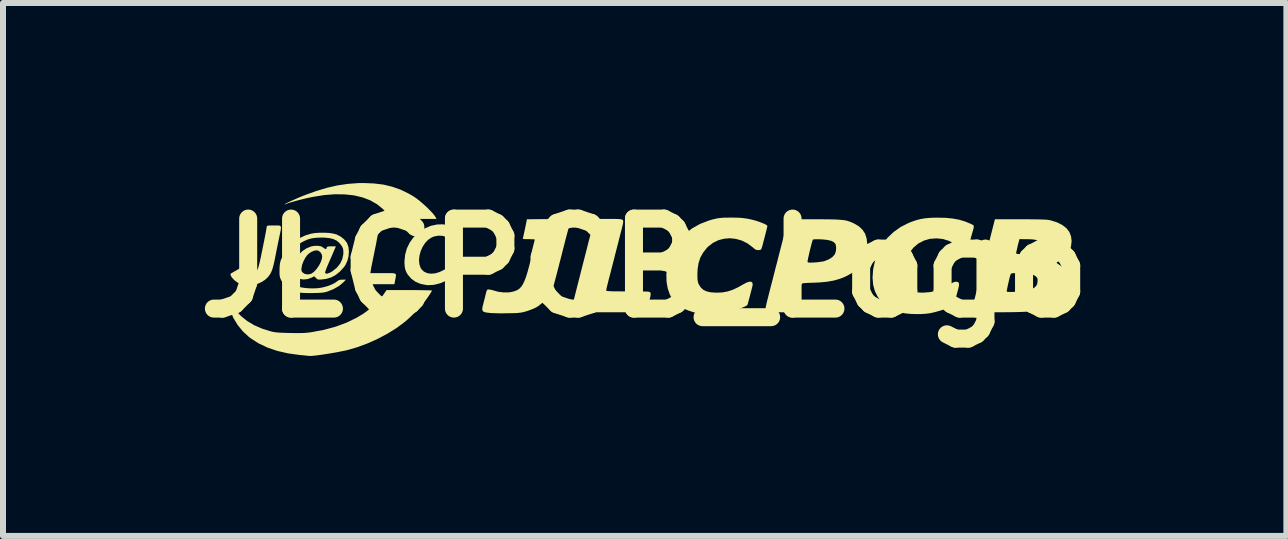
<source format=kicad_pcb>
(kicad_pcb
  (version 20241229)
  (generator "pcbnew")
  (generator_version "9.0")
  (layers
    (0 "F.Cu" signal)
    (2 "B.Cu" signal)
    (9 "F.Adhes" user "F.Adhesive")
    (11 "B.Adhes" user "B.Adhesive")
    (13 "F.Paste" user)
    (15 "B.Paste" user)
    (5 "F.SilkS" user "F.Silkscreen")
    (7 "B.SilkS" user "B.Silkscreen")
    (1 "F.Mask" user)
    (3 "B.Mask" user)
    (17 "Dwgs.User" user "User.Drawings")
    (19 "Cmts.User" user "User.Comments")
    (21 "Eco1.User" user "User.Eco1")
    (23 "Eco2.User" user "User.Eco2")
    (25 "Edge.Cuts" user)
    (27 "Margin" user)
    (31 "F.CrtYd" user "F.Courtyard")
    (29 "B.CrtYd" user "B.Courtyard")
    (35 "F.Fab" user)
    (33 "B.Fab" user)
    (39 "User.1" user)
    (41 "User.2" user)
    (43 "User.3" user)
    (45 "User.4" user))
  (footprint "JLCPCB_Logo"
    (layer "F.Cu")
    (at 7.693 1.414)
    (property "Reference" "JLCPCB_Logo" (at 0 0 0) (layer "F.SilkS") (effects (font (size 1.5 1.5) (thickness 0.3))))
    (attr board_only exclude_from_pos_files exclude_from_bom)
    (fp_poly (pts (xy -6.951 0.495) (xy -6.956 0.5) (xy -6.962 0.495) (xy -6.956 0.49)) (stroke (width 0) (type solid)) (fill yes) (layer "F.SilkS"))
    (fp_poly (pts (xy -4.512 -1.407) (xy -4.355 -1.388) (xy -4.209 -1.353) (xy -4.069 -1.304) (xy -3.933 -1.238) (xy -3.85 -1.19) (xy -3.804 -1.158) (xy -3.751 -1.117) (xy -3.694 -1.068) (xy -3.637 -1.017) (xy -3.585 -0.965) (xy -3.539 -0.917) (xy -3.505 -0.876) (xy -3.488 -0.851) (xy -3.469 -0.816) (xy -3.847 -0.816) (xy -4.226 -0.816) (xy -4.278 -0.886) (xy -4.362 -0.981) (xy -4.461 -1.061) (xy -4.574 -1.126) (xy -4.702 -1.175) (xy -4.843 -1.208) (xy -4.997 -1.225) (xy -5.165 -1.227) (xy -5.344 -1.213) (xy -5.535 -1.182) (xy -5.64 -1.16) (xy -5.71 -1.143) (xy -5.78 -1.125) (xy -5.845 -1.107) (xy -5.901 -1.091) (xy -5.945 -1.077) (xy -5.972 -1.066) (xy -5.974 -1.065) (xy -5.993 -1.058) (xy -6 -1.058) (xy -5.993 -1.065) (xy -5.969 -1.078) (xy -5.932 -1.096) (xy -5.884 -1.119) (xy -5.829 -1.143) (xy -5.77 -1.169) (xy -5.71 -1.194) (xy -5.667 -1.211) (xy -5.474 -1.281) (xy -5.292 -1.335) (xy -5.116 -1.375) (xy -4.944 -1.4) (xy -4.771 -1.413) (xy -4.683 -1.414)) (stroke (width 0) (type solid)) (fill yes) (layer "F.SilkS"))
    (fp_poly (pts (xy -4.495 -0.706) (xy -4.456 -0.704) (xy -4.431 -0.701) (xy -4.424 -0.699) (xy -4.425 -0.686) (xy -4.429 -0.654) (xy -4.438 -0.606) (xy -4.449 -0.545) (xy -4.463 -0.472) (xy -4.478 -0.39) (xy -4.496 -0.303) (xy -4.514 -0.212) (xy -4.53 -0.136) (xy -4.541 -0.08) (xy -4.552 -0.028) (xy -4.56 0.015) (xy -4.564 0.041) (xy -4.572 0.087) (xy -4.358 0.087) (xy -4.283 0.087) (xy -4.227 0.087) (xy -4.187 0.089) (xy -4.162 0.095) (xy -4.149 0.105) (xy -4.144 0.121) (xy -4.147 0.145) (xy -4.153 0.179) (xy -4.158 0.202) (xy -4.171 0.272) (xy -4.505 0.272) (xy -4.608 0.272) (xy -4.69 0.271) (xy -4.753 0.269) (xy -4.798 0.267) (xy -4.827 0.265) (xy -4.841 0.261) (xy -4.843 0.259) (xy -4.843 0.243) (xy -4.839 0.212) (xy -4.835 0.186) (xy -4.81 0.068) (xy -4.788 -0.04) (xy -4.769 -0.136) (xy -4.753 -0.218) (xy -4.74 -0.282) (xy -4.737 -0.299) (xy -4.727 -0.353) (xy -4.716 -0.408) (xy -4.707 -0.454) (xy -4.705 -0.462) (xy -4.694 -0.512) (xy -4.682 -0.567) (xy -4.677 -0.593) (xy -4.67 -0.632) (xy -4.663 -0.666) (xy -4.66 -0.683) (xy -4.657 -0.694) (xy -4.65 -0.701) (xy -4.634 -0.705) (xy -4.607 -0.707) (xy -4.563 -0.707) (xy -4.542 -0.707)) (stroke (width 0) (type solid)) (fill yes) (layer "F.SilkS"))
    (fp_poly (pts (xy -3.274 -0.712) (xy -3.191 -0.683) (xy -3.119 -0.638) (xy -3.111 -0.631) (xy -3.073 -0.598) (xy -3.149 -0.528) (xy -3.184 -0.496) (xy -3.207 -0.476) (xy -3.223 -0.467) (xy -3.233 -0.468) (xy -3.244 -0.475) (xy -3.247 -0.478) (xy -3.302 -0.514) (xy -3.368 -0.534) (xy -3.439 -0.537) (xy -3.511 -0.523) (xy -3.55 -0.507) (xy -3.609 -0.468) (xy -3.66 -0.414) (xy -3.701 -0.35) (xy -3.733 -0.278) (xy -3.753 -0.203) (xy -3.761 -0.129) (xy -3.754 -0.06) (xy -3.733 0.001) (xy -3.72 0.022) (xy -3.679 0.062) (xy -3.625 0.087) (xy -3.561 0.097) (xy -3.491 0.091) (xy -3.418 0.069) (xy -3.374 0.048) (xy -3.338 0.029) (xy -3.315 0.018) (xy -3.298 0.016) (xy -3.282 0.026) (xy -3.263 0.05) (xy -3.236 0.088) (xy -3.231 0.094) (xy -3.198 0.139) (xy -3.235 0.167) (xy -3.319 0.219) (xy -3.413 0.258) (xy -3.51 0.282) (xy -3.606 0.288) (xy -3.633 0.286) (xy -3.73 0.268) (xy -3.816 0.233) (xy -3.888 0.182) (xy -3.945 0.116) (xy -3.946 0.116) (xy -3.972 0.071) (xy -3.989 0.028) (xy -3.999 -0.022) (xy -4.003 -0.084) (xy -4.003 -0.109) (xy -3.992 -0.221) (xy -3.962 -0.327) (xy -3.913 -0.426) (xy -3.848 -0.515) (xy -3.769 -0.591) (xy -3.676 -0.653) (xy -3.571 -0.698) (xy -3.558 -0.702) (xy -3.462 -0.723) (xy -3.366 -0.726)) (stroke (width 0) (type solid)) (fill yes) (layer "F.SilkS"))
    (fp_poly (pts (xy -6.1 -0.707) (xy -6.078 -0.702) (xy -6.065 -0.691) (xy -6.061 -0.671) (xy -6.064 -0.638) (xy -6.073 -0.59) (xy -6.087 -0.524) (xy -6.092 -0.5) (xy -6.107 -0.428) (xy -6.123 -0.348) (xy -6.139 -0.27) (xy -6.152 -0.203) (xy -6.152 -0.202) (xy -6.17 -0.112) (xy -6.187 -0.04) (xy -6.203 0.018) (xy -6.221 0.064) (xy -6.241 0.103) (xy -6.265 0.137) (xy -6.284 0.16) (xy -6.327 0.199) (xy -6.382 0.235) (xy -6.441 0.262) (xy -6.495 0.277) (xy -6.497 0.277) (xy -6.536 0.282) (xy -6.569 0.286) (xy -6.581 0.288) (xy -6.607 0.288) (xy -6.644 0.285) (xy -6.671 0.282) (xy -6.734 0.268) (xy -6.786 0.244) (xy -6.837 0.205) (xy -6.866 0.175) (xy -6.889 0.145) (xy -6.901 0.118) (xy -6.902 0.1) (xy -6.9 0.098) (xy -6.887 0.089) (xy -6.86 0.073) (xy -6.824 0.052) (xy -6.813 0.046) (xy -6.735 0.002) (xy -6.686 0.05) (xy -6.657 0.077) (xy -6.633 0.092) (xy -6.609 0.097) (xy -6.59 0.098) (xy -6.55 0.093) (xy -6.512 0.082) (xy -6.506 0.079) (xy -6.491 0.071) (xy -6.478 0.062) (xy -6.466 0.05) (xy -6.456 0.033) (xy -6.445 0.01) (xy -6.434 -0.022) (xy -6.423 -0.064) (xy -6.41 -0.119) (xy -6.395 -0.187) (xy -6.378 -0.272) (xy -6.357 -0.374) (xy -6.336 -0.479) (xy -6.324 -0.541) (xy -6.313 -0.598) (xy -6.305 -0.643) (xy -6.3 -0.675) (xy -6.298 -0.688) (xy -6.296 -0.696) (xy -6.287 -0.702) (xy -6.268 -0.705) (xy -6.235 -0.707) (xy -6.184 -0.707) (xy -6.179 -0.707) (xy -6.134 -0.707)) (stroke (width 0) (type solid)) (fill yes) (layer "F.SilkS"))
    (fp_poly (pts (xy -3.836 0.37) (xy -3.755 0.371) (xy -3.684 0.372) (xy -3.625 0.373) (xy -3.581 0.374) (xy -3.554 0.375) (xy -3.546 0.377) (xy -3.552 0.393) (xy -3.569 0.422) (xy -3.595 0.461) (xy -3.625 0.505) (xy -3.659 0.552) (xy -3.682 0.582) (xy -3.724 0.632) (xy -3.777 0.69) (xy -3.837 0.752) (xy -3.899 0.812) (xy -3.958 0.866) (xy -3.998 0.9) (xy -4.133 1.001) (xy -4.286 1.096) (xy -4.45 1.183) (xy -4.622 1.26) (xy -4.797 1.324) (xy -4.934 1.364) (xy -4.991 1.378) (xy -5.06 1.392) (xy -5.136 1.407) (xy -5.217 1.421) (xy -5.298 1.434) (xy -5.376 1.446) (xy -5.447 1.456) (xy -5.508 1.463) (xy -5.555 1.467) (xy -5.584 1.467) (xy -5.584 1.467) (xy -5.599 1.466) (xy -5.631 1.463) (xy -5.676 1.458) (xy -5.73 1.453) (xy -5.744 1.452) (xy -5.94 1.425) (xy -6.121 1.384) (xy -6.286 1.328) (xy -6.435 1.257) (xy -6.568 1.172) (xy -6.597 1.149) (xy -6.697 1.057) (xy -6.783 0.951) (xy -6.854 0.834) (xy -6.907 0.71) (xy -6.941 0.582) (xy -6.946 0.555) (xy -6.953 0.506) (xy -6.903 0.586) (xy -6.821 0.702) (xy -6.729 0.801) (xy -6.625 0.885) (xy -6.508 0.955) (xy -6.374 1.013) (xy -6.249 1.052) (xy -6.214 1.062) (xy -6.18 1.069) (xy -6.143 1.074) (xy -6.101 1.078) (xy -6.048 1.081) (xy -5.981 1.083) (xy -5.917 1.085) (xy -5.825 1.086) (xy -5.75 1.086) (xy -5.687 1.085) (xy -5.632 1.081) (xy -5.579 1.075) (xy -5.558 1.072) (xy -5.347 1.033) (xy -5.15 0.98) (xy -4.967 0.912) (xy -4.799 0.83) (xy -4.694 0.767) (xy -4.627 0.719) (xy -4.557 0.66) (xy -4.488 0.597) (xy -4.425 0.532) (xy -4.373 0.472) (xy -4.351 0.442) (xy -4.302 0.37) (xy -3.924 0.37)) (stroke (width 0) (type solid)) (fill yes) (layer "F.SilkS"))
    (fp_poly (pts (xy -0.533 -0.816) (xy -0.475 -0.815) (xy -0.434 -0.814) (xy -0.405 -0.811) (xy -0.386 -0.808) (xy -0.374 -0.803) (xy -0.367 -0.797) (xy -0.361 -0.788) (xy -0.358 -0.776) (xy -0.359 -0.757) (xy -0.364 -0.728) (xy -0.374 -0.685) (xy -0.389 -0.625) (xy -0.392 -0.615) (xy -0.413 -0.532) (xy -0.438 -0.433) (xy -0.466 -0.324) (xy -0.496 -0.208) (xy -0.525 -0.092) (xy -0.554 0.019) (xy -0.58 0.121) (xy -0.603 0.208) (xy -0.603 0.21) (xy -0.617 0.265) (xy -0.629 0.313) (xy -0.637 0.351) (xy -0.641 0.373) (xy -0.642 0.376) (xy -0.639 0.38) (xy -0.63 0.384) (xy -0.613 0.386) (xy -0.585 0.388) (xy -0.544 0.39) (xy -0.488 0.391) (xy -0.416 0.391) (xy -0.325 0.392) (xy -0.28 0.392) (xy -0.182 0.392) (xy -0.103 0.392) (xy -0.041 0.392) (xy 0.006 0.394) (xy 0.04 0.395) (xy 0.063 0.397) (xy 0.078 0.4) (xy 0.087 0.404) (xy 0.093 0.41) (xy 0.095 0.412) (xy 0.099 0.425) (xy 0.099 0.444) (xy 0.095 0.475) (xy 0.085 0.519) (xy 0.07 0.581) (xy 0.057 0.635) (xy 0.045 0.68) (xy 0.037 0.714) (xy 0.033 0.733) (xy 0.033 0.734) (xy 0.022 0.735) (xy -0.008 0.736) (xy -0.057 0.737) (xy -0.121 0.738) (xy -0.199 0.739) (xy -0.289 0.739) (xy -0.389 0.739) (xy -0.498 0.74) (xy -0.579 0.74) (xy -1.191 0.74) (xy -1.207 0.715) (xy -1.218 0.693) (xy -1.219 0.68) (xy -1.216 0.666) (xy -1.208 0.635) (xy -1.196 0.59) (xy -1.182 0.534) (xy -1.165 0.47) (xy -1.163 0.462) (xy -1.118 0.283) (xy -1.077 0.123) (xy -1.041 -0.019) (xy -1.009 -0.144) (xy -0.981 -0.253) (xy -0.957 -0.348) (xy -0.936 -0.431) (xy -0.917 -0.502) (xy -0.902 -0.563) (xy -0.888 -0.616) (xy -0.876 -0.661) (xy -0.866 -0.701) (xy -0.863 -0.71) (xy -0.835 -0.816) (xy -0.61 -0.816)) (stroke (width 0) (type solid)) (fill yes) (layer "F.SilkS"))
    (fp_poly (pts (xy -1.367 -0.814) (xy -1.318 -0.812) (xy -1.283 -0.806) (xy -1.261 -0.796) (xy -1.249 -0.781) (xy -1.246 -0.761) (xy -1.25 -0.733) (xy -1.258 -0.699) (xy -1.27 -0.655) (xy -1.273 -0.646) (xy -1.288 -0.589) (xy -1.307 -0.518) (xy -1.327 -0.441) (xy -1.346 -0.365) (xy -1.355 -0.332) (xy -1.389 -0.197) (xy -1.419 -0.081) (xy -1.444 0.017) (xy -1.465 0.098) (xy -1.482 0.163) (xy -1.496 0.215) (xy -1.507 0.256) (xy -1.515 0.285) (xy -1.521 0.305) (xy -1.525 0.315) (xy -1.569 0.41) (xy -1.628 0.497) (xy -1.696 0.574) (xy -1.772 0.636) (xy -1.812 0.66) (xy -1.854 0.68) (xy -1.907 0.701) (xy -1.961 0.72) (xy -1.975 0.724) (xy -2.011 0.734) (xy -2.044 0.742) (xy -2.078 0.747) (xy -2.117 0.751) (xy -2.166 0.754) (xy -2.229 0.755) (xy -2.284 0.756) (xy -2.358 0.757) (xy -2.431 0.757) (xy -2.498 0.755) (xy -2.554 0.753) (xy -2.589 0.75) (xy -2.645 0.743) (xy -2.682 0.732) (xy -2.702 0.714) (xy -2.707 0.685) (xy -2.701 0.643) (xy -2.692 0.609) (xy -2.682 0.569) (xy -2.669 0.519) (xy -2.656 0.466) (xy -2.653 0.454) (xy -2.642 0.409) (xy -2.633 0.381) (xy -2.624 0.366) (xy -2.614 0.36) (xy -2.6 0.359) (xy -2.57 0.363) (xy -2.534 0.372) (xy -2.526 0.374) (xy -2.44 0.398) (xy -2.35 0.409) (xy -2.266 0.408) (xy -2.24 0.405) (xy -2.192 0.395) (xy -2.151 0.382) (xy -2.114 0.365) (xy -2.082 0.341) (xy -2.053 0.309) (xy -2.027 0.267) (xy -2.002 0.214) (xy -1.977 0.148) (xy -1.952 0.067) (xy -1.925 -0.031) (xy -1.896 -0.147) (xy -1.87 -0.256) (xy -1.857 -0.311) (xy -1.844 -0.362) (xy -1.834 -0.402) (xy -1.827 -0.427) (xy -1.827 -0.429) (xy -1.819 -0.454) (xy -1.817 -0.469) (xy -1.827 -0.473) (xy -1.854 -0.476) (xy -1.894 -0.478) (xy -1.926 -0.479) (xy -1.976 -0.479) (xy -2.007 -0.48) (xy -2.024 -0.483) (xy -2.03 -0.488) (xy -2.03 -0.498) (xy -2.028 -0.502) (xy -2.023 -0.521) (xy -2.015 -0.557) (xy -2.005 -0.604) (xy -1.993 -0.658) (xy -1.991 -0.668) (xy -1.962 -0.81) (xy -1.619 -0.813) (xy -1.516 -0.814) (xy -1.432 -0.815)) (stroke (width 0) (type solid)) (fill yes) (layer "F.SilkS"))
    (fp_poly (pts (xy 5.017 -0.834) (xy 5.136 -0.822) (xy 5.243 -0.802) (xy 5.342 -0.772) (xy 5.431 -0.735) (xy 5.457 -0.723) (xy 5.474 -0.713) (xy 5.483 -0.701) (xy 5.484 -0.683) (xy 5.479 -0.654) (xy 5.467 -0.612) (xy 5.456 -0.574) (xy 5.443 -0.527) (xy 5.429 -0.477) (xy 5.423 -0.454) (xy 5.407 -0.394) (xy 5.394 -0.352) (xy 5.384 -0.325) (xy 5.376 -0.308) (xy 5.366 -0.3) (xy 5.353 -0.297) (xy 5.337 -0.296) (xy 5.309 -0.296) (xy 5.285 -0.306) (xy 5.257 -0.328) (xy 5.253 -0.332) (xy 5.161 -0.403) (xy 5.066 -0.452) (xy 4.966 -0.482) (xy 4.859 -0.492) (xy 4.857 -0.492) (xy 4.748 -0.483) (xy 4.648 -0.453) (xy 4.558 -0.405) (xy 4.48 -0.339) (xy 4.414 -0.256) (xy 4.385 -0.206) (xy 4.349 -0.123) (xy 4.327 -0.038) (xy 4.317 0.057) (xy 4.316 0.105) (xy 4.316 0.158) (xy 4.318 0.196) (xy 4.324 0.225) (xy 4.334 0.253) (xy 4.345 0.276) (xy 4.377 0.328) (xy 4.419 0.367) (xy 4.472 0.393) (xy 4.54 0.408) (xy 4.625 0.413) (xy 4.635 0.413) (xy 4.756 0.404) (xy 4.874 0.375) (xy 4.991 0.327) (xy 5.095 0.268) (xy 5.14 0.242) (xy 5.175 0.231) (xy 5.192 0.231) (xy 5.216 0.235) (xy 5.231 0.245) (xy 5.238 0.264) (xy 5.237 0.294) (xy 5.228 0.338) (xy 5.212 0.399) (xy 5.191 0.475) (xy 5.175 0.533) (xy 5.163 0.576) (xy 5.152 0.606) (xy 5.142 0.626) (xy 5.131 0.639) (xy 5.119 0.647) (xy 5.102 0.654) (xy 5.081 0.661) (xy 5.077 0.662) (xy 4.949 0.705) (xy 4.837 0.737) (xy 4.748 0.757) (xy 4.678 0.765) (xy 4.595 0.77) (xy 4.506 0.77) (xy 4.42 0.766) (xy 4.344 0.758) (xy 4.329 0.756) (xy 4.206 0.726) (xy 4.099 0.682) (xy 4.008 0.624) (xy 3.952 0.572) (xy 3.885 0.485) (xy 3.836 0.388) (xy 3.807 0.281) (xy 3.797 0.164) (xy 3.806 0.035) (xy 3.808 0.018) (xy 3.84 -0.129) (xy 3.891 -0.265) (xy 3.96 -0.389) (xy 4.046 -0.501) (xy 4.148 -0.598) (xy 4.266 -0.682) (xy 4.399 -0.749) (xy 4.444 -0.767) (xy 4.525 -0.795) (xy 4.604 -0.815) (xy 4.685 -0.828) (xy 4.777 -0.835) (xy 4.881 -0.837)) (stroke (width 0) (type solid)) (fill yes) (layer "F.SilkS"))
    (fp_poly (pts (xy 1.441 -0.838) (xy 1.52 -0.837) (xy 1.583 -0.835) (xy 1.638 -0.83) (xy 1.69 -0.823) (xy 1.746 -0.813) (xy 1.755 -0.811) (xy 1.809 -0.798) (xy 1.866 -0.782) (xy 1.921 -0.763) (xy 1.97 -0.744) (xy 2.01 -0.726) (xy 2.036 -0.71) (xy 2.045 -0.699) (xy 2.042 -0.686) (xy 2.035 -0.656) (xy 2.025 -0.613) (xy 2.012 -0.563) (xy 1.998 -0.508) (xy 1.984 -0.455) (xy 1.971 -0.406) (xy 1.961 -0.366) (xy 1.955 -0.348) (xy 1.945 -0.318) (xy 1.934 -0.303) (xy 1.914 -0.298) (xy 1.898 -0.296) (xy 1.872 -0.297) (xy 1.85 -0.304) (xy 1.825 -0.321) (xy 1.8 -0.343) (xy 1.713 -0.408) (xy 1.619 -0.455) (xy 1.521 -0.483) (xy 1.421 -0.494) (xy 1.323 -0.486) (xy 1.227 -0.461) (xy 1.138 -0.417) (xy 1.058 -0.355) (xy 1.036 -0.333) (xy 0.974 -0.255) (xy 0.928 -0.173) (xy 0.898 -0.082) (xy 0.882 0.021) (xy 0.878 0.103) (xy 0.879 0.16) (xy 0.881 0.2) (xy 0.886 0.23) (xy 0.894 0.257) (xy 0.902 0.275) (xy 0.935 0.327) (xy 0.979 0.367) (xy 1.036 0.393) (xy 1.108 0.408) (xy 1.197 0.413) (xy 1.198 0.413) (xy 1.293 0.409) (xy 1.381 0.393) (xy 1.468 0.365) (xy 1.558 0.322) (xy 1.634 0.279) (xy 1.693 0.247) (xy 1.74 0.231) (xy 1.774 0.231) (xy 1.794 0.246) (xy 1.8 0.277) (xy 1.795 0.305) (xy 1.788 0.332) (xy 1.778 0.373) (xy 1.765 0.423) (xy 1.751 0.476) (xy 1.737 0.528) (xy 1.725 0.572) (xy 1.716 0.604) (xy 1.713 0.615) (xy 1.7 0.628) (xy 1.67 0.644) (xy 1.626 0.663) (xy 1.572 0.684) (xy 1.511 0.704) (xy 1.448 0.723) (xy 1.386 0.74) (xy 1.329 0.753) (xy 1.308 0.756) (xy 1.234 0.765) (xy 1.149 0.77) (xy 1.06 0.77) (xy 0.976 0.766) (xy 0.903 0.759) (xy 0.887 0.756) (xy 0.816 0.739) (xy 0.74 0.715) (xy 0.669 0.686) (xy 0.615 0.659) (xy 0.57 0.626) (xy 0.522 0.581) (xy 0.476 0.53) (xy 0.438 0.478) (xy 0.418 0.442) (xy 0.383 0.34) (xy 0.364 0.228) (xy 0.361 0.109) (xy 0.374 -0.013) (xy 0.402 -0.135) (xy 0.446 -0.253) (xy 0.497 -0.351) (xy 0.58 -0.469) (xy 0.679 -0.572) (xy 0.793 -0.66) (xy 0.92 -0.731) (xy 1.06 -0.786) (xy 1.131 -0.807) (xy 1.181 -0.819) (xy 1.222 -0.827) (xy 1.262 -0.832) (xy 1.305 -0.836) (xy 1.358 -0.837) (xy 1.425 -0.838)) (stroke (width 0) (type solid)) (fill yes) (layer "F.SilkS"))
    (fp_poly (pts (xy 2.823 -0.81) (xy 2.946 -0.81) (xy 3.049 -0.809) (xy 3.135 -0.808) (xy 3.206 -0.805) (xy 3.265 -0.801) (xy 3.315 -0.796) (xy 3.357 -0.789) (xy 3.393 -0.779) (xy 3.427 -0.767) (xy 3.461 -0.753) (xy 3.494 -0.737) (xy 3.572 -0.69) (xy 3.631 -0.634) (xy 3.673 -0.569) (xy 3.698 -0.491) (xy 3.709 -0.398) (xy 3.709 -0.371) (xy 3.701 -0.264) (xy 3.675 -0.168) (xy 3.63 -0.082) (xy 3.567 -0.005) (xy 3.483 0.064) (xy 3.436 0.096) (xy 3.347 0.144) (xy 3.253 0.182) (xy 3.152 0.211) (xy 3.038 0.231) (xy 2.91 0.243) (xy 2.814 0.247) (xy 2.745 0.249) (xy 2.694 0.251) (xy 2.659 0.254) (xy 2.636 0.257) (xy 2.622 0.262) (xy 2.615 0.268) (xy 2.61 0.276) (xy 2.605 0.292) (xy 2.596 0.325) (xy 2.583 0.372) (xy 2.568 0.427) (xy 2.552 0.487) (xy 2.536 0.548) (xy 2.521 0.605) (xy 2.508 0.656) (xy 2.498 0.695) (xy 2.494 0.715) (xy 2.492 0.723) (xy 2.487 0.729) (xy 2.477 0.734) (xy 2.459 0.737) (xy 2.431 0.738) (xy 2.389 0.739) (xy 2.33 0.74) (xy 2.262 0.74) (xy 2.186 0.74) (xy 2.129 0.739) (xy 2.088 0.738) (xy 2.06 0.736) (xy 2.041 0.733) (xy 2.03 0.728) (xy 2.023 0.722) (xy 2.02 0.717) (xy 2.016 0.71) (xy 2.013 0.701) (xy 2.013 0.688) (xy 2.015 0.668) (xy 2.02 0.64) (xy 2.028 0.602) (xy 2.04 0.552) (xy 2.057 0.487) (xy 2.077 0.405) (xy 2.103 0.305) (xy 2.11 0.277) (xy 2.132 0.195) (xy 2.156 0.1) (xy 2.182 -0.003) (xy 2.209 -0.105) (xy 2.713 -0.105) (xy 2.714 -0.101) (xy 2.72 -0.093) (xy 2.733 -0.089) (xy 2.758 -0.087) (xy 2.798 -0.089) (xy 2.831 -0.09) (xy 2.886 -0.095) (xy 2.94 -0.102) (xy 2.985 -0.11) (xy 3.001 -0.115) (xy 3.07 -0.143) (xy 3.127 -0.18) (xy 3.166 -0.223) (xy 3.166 -0.224) (xy 3.182 -0.263) (xy 3.19 -0.31) (xy 3.189 -0.358) (xy 3.18 -0.396) (xy 3.178 -0.4) (xy 3.151 -0.429) (xy 3.107 -0.451) (xy 3.043 -0.466) (xy 2.959 -0.475) (xy 2.936 -0.476) (xy 2.882 -0.477) (xy 2.839 -0.477) (xy 2.812 -0.474) (xy 2.803 -0.471) (xy 2.796 -0.454) (xy 2.786 -0.421) (xy 2.774 -0.376) (xy 2.761 -0.323) (xy 2.747 -0.268) (xy 2.735 -0.214) (xy 2.724 -0.167) (xy 2.717 -0.129) (xy 2.713 -0.105) (xy 2.209 -0.105) (xy 2.21 -0.11) (xy 2.237 -0.217) (xy 2.264 -0.321) (xy 2.289 -0.418) (xy 2.311 -0.504) (xy 2.329 -0.575) (xy 2.338 -0.609) (xy 2.389 -0.81)) (stroke (width 0) (type solid)) (fill yes) (layer "F.SilkS"))
    (fp_poly (pts (xy 6.266 -0.81) (xy 6.377 -0.81) (xy 6.469 -0.809) (xy 6.544 -0.808) (xy 6.605 -0.807) (xy 6.653 -0.805) (xy 6.691 -0.803) (xy 6.721 -0.8) (xy 6.746 -0.796) (xy 6.768 -0.791) (xy 6.77 -0.791) (xy 6.875 -0.757) (xy 6.961 -0.713) (xy 7.029 -0.66) (xy 7.077 -0.597) (xy 7.105 -0.524) (xy 7.114 -0.447) (xy 7.104 -0.356) (xy 7.075 -0.275) (xy 7.027 -0.205) (xy 6.961 -0.147) (xy 6.916 -0.12) (xy 6.887 -0.103) (xy 6.868 -0.091) (xy 6.864 -0.086) (xy 6.872 -0.077) (xy 6.894 -0.061) (xy 6.917 -0.047) (xy 6.973 -0.004) (xy 7.012 0.045) (xy 7.037 0.103) (xy 7.047 0.174) (xy 7.047 0.238) (xy 7.033 0.335) (xy 7 0.422) (xy 6.948 0.498) (xy 6.877 0.564) (xy 6.787 0.621) (xy 6.678 0.668) (xy 6.588 0.696) (xy 6.543 0.707) (xy 6.494 0.716) (xy 6.44 0.723) (xy 6.378 0.729) (xy 6.305 0.733) (xy 6.22 0.736) (xy 6.12 0.738) (xy 6.003 0.739) (xy 5.891 0.74) (xy 5.787 0.74) (xy 5.701 0.74) (xy 5.633 0.739) (xy 5.581 0.738) (xy 5.542 0.737) (xy 5.514 0.735) (xy 5.495 0.733) (xy 5.482 0.729) (xy 5.475 0.725) (xy 5.47 0.72) (xy 5.468 0.717) (xy 5.458 0.69) (xy 5.458 0.671) (xy 5.463 0.649) (xy 5.472 0.613) (xy 5.483 0.571) (xy 5.485 0.566) (xy 5.495 0.528) (xy 5.509 0.471) (xy 5.528 0.399) (xy 5.529 0.392) (xy 6.033 0.392) (xy 6.034 0.395) (xy 6.047 0.399) (xy 6.078 0.401) (xy 6.121 0.401) (xy 6.174 0.399) (xy 6.23 0.396) (xy 6.286 0.392) (xy 6.337 0.386) (xy 6.38 0.38) (xy 6.407 0.374) (xy 6.449 0.357) (xy 6.488 0.333) (xy 6.502 0.322) (xy 6.527 0.296) (xy 6.54 0.268) (xy 6.546 0.231) (xy 6.548 0.196) (xy 6.543 0.173) (xy 6.53 0.154) (xy 6.52 0.143) (xy 6.488 0.122) (xy 6.443 0.105) (xy 6.382 0.094) (xy 6.304 0.088) (xy 6.225 0.087) (xy 6.172 0.087) (xy 6.136 0.089) (xy 6.115 0.092) (xy 6.103 0.098) (xy 6.098 0.106) (xy 6.098 0.107) (xy 6.086 0.145) (xy 6.074 0.192) (xy 6.062 0.243) (xy 6.051 0.293) (xy 6.042 0.337) (xy 6.035 0.372) (xy 6.033 0.392) (xy 5.529 0.392) (xy 5.55 0.314) (xy 5.574 0.218) (xy 5.6 0.115) (xy 5.628 0.007) (xy 5.656 -0.104) (xy 5.685 -0.214) (xy 5.692 -0.242) (xy 6.19 -0.242) (xy 6.2 -0.235) (xy 6.227 -0.231) (xy 6.266 -0.228) (xy 6.312 -0.228) (xy 6.362 -0.23) (xy 6.409 -0.234) (xy 6.45 -0.24) (xy 6.47 -0.245) (xy 6.528 -0.269) (xy 6.571 -0.302) (xy 6.595 -0.341) (xy 6.598 -0.353) (xy 6.601 -0.394) (xy 6.59 -0.426) (xy 6.564 -0.45) (xy 6.522 -0.466) (xy 6.462 -0.475) (xy 6.383 -0.478) (xy 6.372 -0.478) (xy 6.245 -0.479) (xy 6.234 -0.438) (xy 6.222 -0.393) (xy 6.211 -0.346) (xy 6.201 -0.301) (xy 6.193 -0.266) (xy 6.19 -0.244) (xy 6.19 -0.242) (xy 5.692 -0.242) (xy 5.712 -0.321) (xy 5.738 -0.422) (xy 5.761 -0.515) (xy 5.782 -0.597) (xy 5.796 -0.653) (xy 5.836 -0.81)) (stroke (width 0) (type solid)) (fill yes) (layer "F.SilkS"))
    (fp_poly (pts (xy -5.259 -0.582) (xy -5.191 -0.572) (xy -5.138 -0.558) (xy -5.134 -0.557) (xy -5.067 -0.522) (xy -5.01 -0.477) (xy -4.967 -0.425) (xy -4.958 -0.409) (xy -4.936 -0.345) (xy -4.929 -0.271) (xy -4.935 -0.193) (xy -4.955 -0.116) (xy -4.987 -0.047) (xy -5.011 -0.013) (xy -5.081 0.063) (xy -5.151 0.12) (xy -5.225 0.159) (xy -5.306 0.183) (xy -5.37 0.192) (xy -5.411 0.195) (xy -5.437 0.194) (xy -5.455 0.189) (xy -5.47 0.176) (xy -5.477 0.17) (xy -5.506 0.14) (xy -5.556 0.165) (xy -5.62 0.187) (xy -5.684 0.193) (xy -5.745 0.185) (xy -5.797 0.162) (xy -5.836 0.126) (xy -5.842 0.118) (xy -5.855 0.092) (xy -5.861 0.064) (xy -5.861 0.036) (xy -5.721 0.036) (xy -5.715 0.058) (xy -5.698 0.079) (xy -5.696 0.081) (xy -5.661 0.102) (xy -5.615 0.109) (xy -5.568 0.101) (xy -5.549 0.093) (xy -5.509 0.064) (xy -5.468 0.019) (xy -5.43 -0.035) (xy -5.4 -0.092) (xy -5.38 -0.147) (xy -5.374 -0.188) (xy -5.383 -0.229) (xy -5.406 -0.263) (xy -5.438 -0.287) (xy -5.468 -0.293) (xy -5.512 -0.285) (xy -5.561 -0.263) (xy -5.606 -0.23) (xy -5.621 -0.216) (xy -5.654 -0.171) (xy -5.685 -0.113) (xy -5.708 -0.053) (xy -5.719 0.001) (xy -5.721 0.036) (xy -5.861 0.036) (xy -5.861 0.026) (xy -5.86 0.011) (xy -5.845 -0.071) (xy -5.812 -0.148) (xy -5.764 -0.219) (xy -5.704 -0.28) (xy -5.634 -0.327) (xy -5.559 -0.357) (xy -5.51 -0.367) (xy -5.442 -0.368) (xy -5.39 -0.358) (xy -5.349 -0.333) (xy -5.346 -0.331) (xy -5.322 -0.314) (xy -5.305 -0.317) (xy -5.298 -0.34) (xy -5.298 -0.345) (xy -5.289 -0.353) (xy -5.263 -0.358) (xy -5.222 -0.359) (xy -5.146 -0.359) (xy -5.18 -0.28) (xy -5.197 -0.239) (xy -5.221 -0.184) (xy -5.247 -0.125) (xy -5.272 -0.067) (xy -5.294 -0.016) (xy -5.311 0.028) (xy -5.322 0.062) (xy -5.326 0.081) (xy -5.326 0.083) (xy -5.31 0.096) (xy -5.281 0.094) (xy -5.24 0.077) (xy -5.202 0.055) (xy -5.13 -0.003) (xy -5.075 -0.071) (xy -5.039 -0.147) (xy -5.022 -0.229) (xy -5.021 -0.252) (xy -5.023 -0.296) (xy -5.029 -0.328) (xy -5.043 -0.356) (xy -5.05 -0.368) (xy -5.089 -0.417) (xy -5.133 -0.454) (xy -5.187 -0.48) (xy -5.252 -0.496) (xy -5.333 -0.504) (xy -5.385 -0.505) (xy -5.473 -0.502) (xy -5.546 -0.493) (xy -5.612 -0.475) (xy -5.678 -0.446) (xy -5.729 -0.418) (xy -5.801 -0.366) (xy -5.864 -0.301) (xy -5.916 -0.228) (xy -5.956 -0.148) (xy -5.982 -0.067) (xy -5.993 0.013) (xy -5.986 0.089) (xy -5.971 0.138) (xy -5.948 0.184) (xy -5.92 0.221) (xy -5.883 0.253) (xy -5.834 0.282) (xy -5.767 0.312) (xy -5.76 0.315) (xy -5.72 0.326) (xy -5.665 0.334) (xy -5.6 0.34) (xy -5.532 0.342) (xy -5.465 0.339) (xy -5.445 0.338) (xy -5.372 0.327) (xy -5.298 0.308) (xy -5.229 0.283) (xy -5.17 0.255) (xy -5.129 0.227) (xy -5.103 0.208) (xy -5.075 0.198) (xy -5.037 0.196) (xy -5.035 0.196) (xy -4.977 0.196) (xy -5.03 0.249) (xy -5.095 0.302) (xy -5.18 0.351) (xy -5.281 0.392) (xy -5.312 0.402) (xy -5.346 0.409) (xy -5.387 0.414) (xy -5.44 0.417) (xy -5.51 0.419) (xy -5.515 0.419) (xy -5.579 0.42) (xy -5.64 0.419) (xy -5.693 0.417) (xy -5.731 0.414) (xy -5.742 0.413) (xy -5.831 0.389) (xy -5.911 0.352) (xy -5.979 0.305) (xy -6.032 0.249) (xy -6.055 0.21) (xy -6.07 0.178) (xy -6.079 0.15) (xy -6.084 0.119) (xy -6.085 0.079) (xy -6.085 0.038) (xy -6.083 -0.025) (xy -6.078 -0.075) (xy -6.067 -0.117) (xy -6.061 -0.135) (xy -6.01 -0.245) (xy -5.942 -0.342) (xy -5.858 -0.425) (xy -5.76 -0.492) (xy -5.65 -0.543) (xy -5.555 -0.571) (xy -5.49 -0.581) (xy -5.414 -0.586) (xy -5.336 -0.586)) (stroke (width 0) (type solid)) (fill yes) (layer "F.SilkS")))
  (gr_rect
    (start -3 -3)
    (end 18.386 5.881)
    (stroke (width 0.1) (type default))
    (fill no)
    (layer "Edge.Cuts")))
</source>
